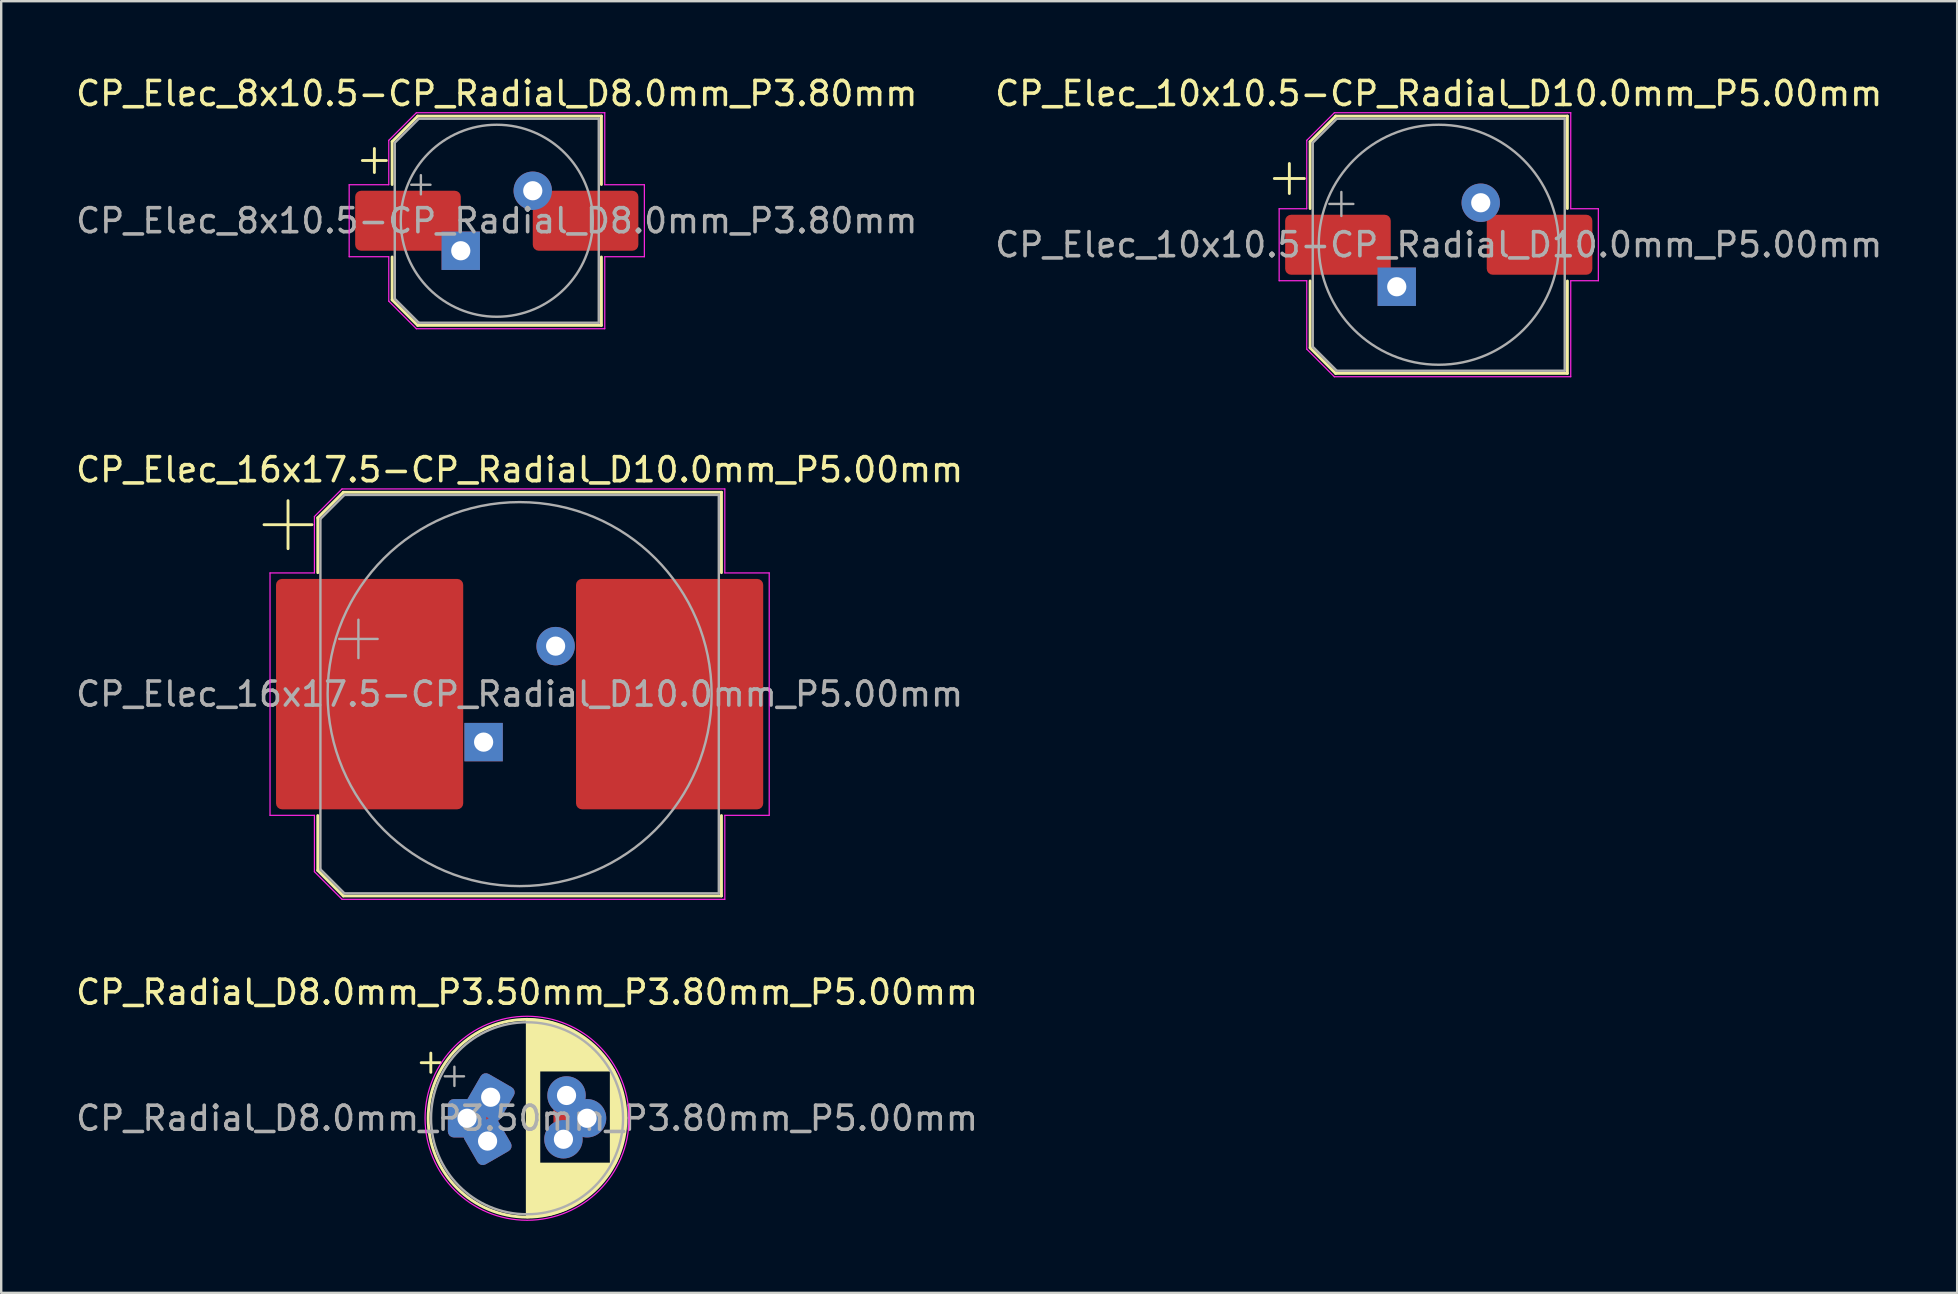
<source format=kicad_pcb>
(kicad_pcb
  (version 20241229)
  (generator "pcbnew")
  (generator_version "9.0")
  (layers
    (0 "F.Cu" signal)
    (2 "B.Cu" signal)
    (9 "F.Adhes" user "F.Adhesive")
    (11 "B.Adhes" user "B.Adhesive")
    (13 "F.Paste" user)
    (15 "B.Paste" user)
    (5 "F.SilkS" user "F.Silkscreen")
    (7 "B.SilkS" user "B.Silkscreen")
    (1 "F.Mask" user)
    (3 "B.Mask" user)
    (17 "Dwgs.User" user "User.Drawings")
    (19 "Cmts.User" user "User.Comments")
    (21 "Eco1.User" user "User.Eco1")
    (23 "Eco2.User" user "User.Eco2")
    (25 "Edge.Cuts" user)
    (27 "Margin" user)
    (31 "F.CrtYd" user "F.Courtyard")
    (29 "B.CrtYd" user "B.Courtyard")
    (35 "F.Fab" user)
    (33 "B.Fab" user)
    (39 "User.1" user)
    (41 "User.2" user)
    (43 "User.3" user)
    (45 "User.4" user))
  (footprint "CP_Elec_16x17.5-CP_Radial_D10.0mm_P5.00mm"
    (layer "F.Cu")
    (at 18.601 25.872)
    (property "Reference" "CP_Elec_16x17.5-CP_Radial_D10.0mm_P5.00mm" (at 0 -9.35 0) (layer "F.SilkS") (effects (font (size 1 1) (thickness 0.15))))
    (attr through_hole)
    (fp_line (start -10.65 -7.06) (end -8.65 -7.06) (stroke (width 0.12) (type solid)) (layer "F.SilkS"))
    (fp_line (start -9.65 -8.06) (end -9.65 -6.06) (stroke (width 0.12) (type solid)) (layer "F.SilkS"))
    (fp_line (start -8.41 -7.346) (end -8.41 -5.06) (stroke (width 0.12) (type solid)) (layer "F.SilkS"))
    (fp_line (start -8.41 -7.346) (end -7.346 -8.41) (stroke (width 0.12) (type solid)) (layer "F.SilkS"))
    (fp_line (start -8.41 7.346) (end -8.41 5.06) (stroke (width 0.12) (type solid)) (layer "F.SilkS"))
    (fp_line (start -8.41 7.346) (end -7.346 8.41) (stroke (width 0.12) (type solid)) (layer "F.SilkS"))
    (fp_line (start -7.346 -8.41) (end 8.41 -8.41) (stroke (width 0.12) (type solid)) (layer "F.SilkS"))
    (fp_line (start -7.346 8.41) (end 8.41 8.41) (stroke (width 0.12) (type solid)) (layer "F.SilkS"))
    (fp_line (start 8.41 -8.41) (end 8.41 -5.06) (stroke (width 0.12) (type solid)) (layer "F.SilkS"))
    (fp_line (start 8.41 8.41) (end 8.41 5.06) (stroke (width 0.12) (type solid)) (layer "F.SilkS"))
    (fp_line (start -10.4 -5.05) (end -10.4 5.05) (stroke (width 0.05) (type solid)) (layer "F.CrtYd"))
    (fp_line (start -10.4 5.05) (end -8.55 5.05) (stroke (width 0.05) (type solid)) (layer "F.CrtYd"))
    (fp_line (start -8.55 -7.4) (end -8.55 -5.05) (stroke (width 0.05) (type solid)) (layer "F.CrtYd"))
    (fp_line (start -8.55 -7.4) (end -7.4 -8.55) (stroke (width 0.05) (type solid)) (layer "F.CrtYd"))
    (fp_line (start -8.55 -5.05) (end -10.4 -5.05) (stroke (width 0.05) (type solid)) (layer "F.CrtYd"))
    (fp_line (start -8.55 5.05) (end -8.55 7.4) (stroke (width 0.05) (type solid)) (layer "F.CrtYd"))
    (fp_line (start -8.55 7.4) (end -7.4 8.55) (stroke (width 0.05) (type solid)) (layer "F.CrtYd"))
    (fp_line (start -7.4 -8.55) (end 8.55 -8.55) (stroke (width 0.05) (type solid)) (layer "F.CrtYd"))
    (fp_line (start -7.4 8.55) (end 8.55 8.55) (stroke (width 0.05) (type solid)) (layer "F.CrtYd"))
    (fp_line (start 8.55 -8.55) (end 8.55 -5.05) (stroke (width 0.05) (type solid)) (layer "F.CrtYd"))
    (fp_line (start 8.55 -5.05) (end 10.4 -5.05) (stroke (width 0.05) (type solid)) (layer "F.CrtYd"))
    (fp_line (start 8.55 5.05) (end 8.55 8.55) (stroke (width 0.05) (type solid)) (layer "F.CrtYd"))
    (fp_line (start 10.4 -5.05) (end 10.4 5.05) (stroke (width 0.05) (type solid)) (layer "F.CrtYd"))
    (fp_line (start 10.4 5.05) (end 8.55 5.05) (stroke (width 0.05) (type solid)) (layer "F.CrtYd"))
    (fp_line (start -8.3 -7.3) (end -8.3 7.3) (stroke (width 0.1) (type solid)) (layer "F.Fab"))
    (fp_line (start -8.3 -7.3) (end -7.3 -8.3) (stroke (width 0.1) (type solid)) (layer "F.Fab"))
    (fp_line (start -8.3 7.3) (end -7.3 8.3) (stroke (width 0.1) (type solid)) (layer "F.Fab"))
    (fp_line (start -7.517 -2.3) (end -5.917 -2.3) (stroke (width 0.1) (type solid)) (layer "F.Fab"))
    (fp_line (start -7.3 -8.3) (end 8.3 -8.3) (stroke (width 0.1) (type solid)) (layer "F.Fab"))
    (fp_line (start -7.3 8.3) (end 8.3 8.3) (stroke (width 0.1) (type solid)) (layer "F.Fab"))
    (fp_line (start -6.717 -3.1) (end -6.717 -1.5) (stroke (width 0.1) (type solid)) (layer "F.Fab"))
    (fp_line (start 8.3 -8.3) (end 8.3 8.3) (stroke (width 0.1) (type solid)) (layer "F.Fab"))
    (fp_circle (center 0 0) (end 8 0) (stroke (width 0.1) (type solid)) (fill no) (layer "F.Fab"))
    (fp_text user "${REFERENCE}" (at 0 0 0) (layer "F.Fab") (effects (font (size 1 1) (thickness 0.15))))
    (pad "1" smd roundrect (at -6.25 0) (size 7.8 9.6) (layers "F.Cu" "F.Mask" "F.Paste") (roundrect_rratio 0.032))
    (pad "1" thru_hole rect (at -1.5 2) (size 1.6 1.6) (drill 0.8) (layers "*.Cu" "*.Mask"))
    (pad "2" thru_hole circle (at 1.5 -2) (size 1.6 1.6) (drill 0.8) (layers "*.Cu" "*.Mask"))
    (pad "2" smd roundrect (at 6.25 0) (size 7.8 9.6) (layers "F.Cu" "F.Mask" "F.Paste") (roundrect_rratio 0.032)))
  (footprint "CP_Elec_10x10.5-CP_Radial_D10.0mm_P5.00mm"
    (layer "F.Cu")
    (at 56.899 7.148)
    (property "Reference" "CP_Elec_10x10.5-CP_Radial_D10.0mm_P5.00mm" (at 0 -6.3 0) (layer "F.SilkS") (effects (font (size 1 1) (thickness 0.15))))
    (attr through_hole)
    (fp_line (start -6.85 -2.76) (end -5.6 -2.76) (stroke (width 0.12) (type solid)) (layer "F.SilkS"))
    (fp_line (start -6.225 -3.385) (end -6.225 -2.135) (stroke (width 0.12) (type solid)) (layer "F.SilkS"))
    (fp_line (start -5.36 -4.296) (end -5.36 -1.51) (stroke (width 0.12) (type solid)) (layer "F.SilkS"))
    (fp_line (start -5.36 -4.296) (end -4.296 -5.36) (stroke (width 0.12) (type solid)) (layer "F.SilkS"))
    (fp_line (start -5.36 4.296) (end -5.36 1.51) (stroke (width 0.12) (type solid)) (layer "F.SilkS"))
    (fp_line (start -5.36 4.296) (end -4.296 5.36) (stroke (width 0.12) (type solid)) (layer "F.SilkS"))
    (fp_line (start -4.296 -5.36) (end 5.36 -5.36) (stroke (width 0.12) (type solid)) (layer "F.SilkS"))
    (fp_line (start -4.296 5.36) (end 5.36 5.36) (stroke (width 0.12) (type solid)) (layer "F.SilkS"))
    (fp_line (start 5.36 -5.36) (end 5.36 -1.51) (stroke (width 0.12) (type solid)) (layer "F.SilkS"))
    (fp_line (start 5.36 5.36) (end 5.36 1.51) (stroke (width 0.12) (type solid)) (layer "F.SilkS"))
    (fp_line (start -6.65 -1.5) (end -6.65 1.5) (stroke (width 0.05) (type solid)) (layer "F.CrtYd"))
    (fp_line (start -6.65 1.5) (end -5.5 1.5) (stroke (width 0.05) (type solid)) (layer "F.CrtYd"))
    (fp_line (start -5.5 -4.35) (end -5.5 -1.5) (stroke (width 0.05) (type solid)) (layer "F.CrtYd"))
    (fp_line (start -5.5 -4.35) (end -4.35 -5.5) (stroke (width 0.05) (type solid)) (layer "F.CrtYd"))
    (fp_line (start -5.5 -1.5) (end -6.65 -1.5) (stroke (width 0.05) (type solid)) (layer "F.CrtYd"))
    (fp_line (start -5.5 1.5) (end -5.5 4.35) (stroke (width 0.05) (type solid)) (layer "F.CrtYd"))
    (fp_line (start -5.5 4.35) (end -4.35 5.5) (stroke (width 0.05) (type solid)) (layer "F.CrtYd"))
    (fp_line (start -4.35 -5.5) (end 5.5 -5.5) (stroke (width 0.05) (type solid)) (layer "F.CrtYd"))
    (fp_line (start -4.35 5.5) (end 5.5 5.5) (stroke (width 0.05) (type solid)) (layer "F.CrtYd"))
    (fp_line (start 5.5 -5.5) (end 5.5 -1.5) (stroke (width 0.05) (type solid)) (layer "F.CrtYd"))
    (fp_line (start 5.5 -1.5) (end 6.65 -1.5) (stroke (width 0.05) (type solid)) (layer "F.CrtYd"))
    (fp_line (start 5.5 1.5) (end 5.5 5.5) (stroke (width 0.05) (type solid)) (layer "F.CrtYd"))
    (fp_line (start 6.65 -1.5) (end 6.65 1.5) (stroke (width 0.05) (type solid)) (layer "F.CrtYd"))
    (fp_line (start 6.65 1.5) (end 5.5 1.5) (stroke (width 0.05) (type solid)) (layer "F.CrtYd"))
    (fp_line (start -5.25 -4.25) (end -5.25 4.25) (stroke (width 0.1) (type solid)) (layer "F.Fab"))
    (fp_line (start -5.25 -4.25) (end -4.25 -5.25) (stroke (width 0.1) (type solid)) (layer "F.Fab"))
    (fp_line (start -5.25 4.25) (end -4.25 5.25) (stroke (width 0.1) (type solid)) (layer "F.Fab"))
    (fp_line (start -4.558 -1.7) (end -3.558 -1.7) (stroke (width 0.1) (type solid)) (layer "F.Fab"))
    (fp_line (start -4.25 -5.25) (end 5.25 -5.25) (stroke (width 0.1) (type solid)) (layer "F.Fab"))
    (fp_line (start -4.25 5.25) (end 5.25 5.25) (stroke (width 0.1) (type solid)) (layer "F.Fab"))
    (fp_line (start -4.058 -2.2) (end -4.058 -1.2) (stroke (width 0.1) (type solid)) (layer "F.Fab"))
    (fp_line (start 5.25 -5.25) (end 5.25 5.25) (stroke (width 0.1) (type solid)) (layer "F.Fab"))
    (fp_circle (center 0 0) (end 5 0) (stroke (width 0.1) (type solid)) (fill no) (layer "F.Fab"))
    (fp_text user "${REFERENCE}" (at 0 0 0) (layer "F.Fab") (effects (font (size 1 1) (thickness 0.15))))
    (pad "1" smd roundrect (at -4.2 0) (size 4.4 2.5) (layers "F.Cu" "F.Mask" "F.Paste") (roundrect_rratio 0.1))
    (pad "1" thru_hole rect (at -1.75 1.75) (size 1.6 1.6) (drill 0.8) (layers "*.Cu" "*.Mask"))
    (pad "2" thru_hole circle (at 1.75 -1.75) (size 1.6 1.6) (drill 0.8) (layers "*.Cu" "*.Mask"))
    (pad "2" smd roundrect (at 4.2 0) (size 4.4 2.5) (layers "F.Cu" "F.Mask" "F.Paste") (roundrect_rratio 0.1)))
  (footprint "CP_Elec_8x10.5-CP_Radial_D8.0mm_P3.80mm"
    (layer "F.Cu")
    (at 17.649 6.148)
    (property "Reference" "CP_Elec_8x10.5-CP_Radial_D8.0mm_P3.80mm" (at 0 -5.3 0) (layer "F.SilkS") (effects (font (size 1 1) (thickness 0.15))))
    (attr through_hole)
    (fp_line (start -5.6 -2.51) (end -4.6 -2.51) (stroke (width 0.12) (type solid)) (layer "F.SilkS"))
    (fp_line (start -5.1 -3.01) (end -5.1 -2.01) (stroke (width 0.12) (type solid)) (layer "F.SilkS"))
    (fp_line (start -4.36 -3.296) (end -4.36 -1.51) (stroke (width 0.12) (type solid)) (layer "F.SilkS"))
    (fp_line (start -4.36 -3.296) (end -3.296 -4.36) (stroke (width 0.12) (type solid)) (layer "F.SilkS"))
    (fp_line (start -4.36 3.296) (end -4.36 1.51) (stroke (width 0.12) (type solid)) (layer "F.SilkS"))
    (fp_line (start -4.36 3.296) (end -3.296 4.36) (stroke (width 0.12) (type solid)) (layer "F.SilkS"))
    (fp_line (start -3.296 -4.36) (end 4.36 -4.36) (stroke (width 0.12) (type solid)) (layer "F.SilkS"))
    (fp_line (start -3.296 4.36) (end 4.36 4.36) (stroke (width 0.12) (type solid)) (layer "F.SilkS"))
    (fp_line (start 4.36 -4.36) (end 4.36 -1.51) (stroke (width 0.12) (type solid)) (layer "F.SilkS"))
    (fp_line (start 4.36 4.36) (end 4.36 1.51) (stroke (width 0.12) (type solid)) (layer "F.SilkS"))
    (fp_line (start -6.15 -1.5) (end -6.15 1.5) (stroke (width 0.05) (type solid)) (layer "F.CrtYd"))
    (fp_line (start -6.15 1.5) (end -4.5 1.5) (stroke (width 0.05) (type solid)) (layer "F.CrtYd"))
    (fp_line (start -4.5 -3.35) (end -4.5 -1.5) (stroke (width 0.05) (type solid)) (layer "F.CrtYd"))
    (fp_line (start -4.5 -3.35) (end -3.35 -4.5) (stroke (width 0.05) (type solid)) (layer "F.CrtYd"))
    (fp_line (start -4.5 -1.5) (end -6.15 -1.5) (stroke (width 0.05) (type solid)) (layer "F.CrtYd"))
    (fp_line (start -4.5 1.5) (end -4.5 3.35) (stroke (width 0.05) (type solid)) (layer "F.CrtYd"))
    (fp_line (start -4.5 3.35) (end -3.35 4.5) (stroke (width 0.05) (type solid)) (layer "F.CrtYd"))
    (fp_line (start -3.35 -4.5) (end 4.5 -4.5) (stroke (width 0.05) (type solid)) (layer "F.CrtYd"))
    (fp_line (start -3.35 4.5) (end 4.5 4.5) (stroke (width 0.05) (type solid)) (layer "F.CrtYd"))
    (fp_line (start 4.5 -4.5) (end 4.5 -1.5) (stroke (width 0.05) (type solid)) (layer "F.CrtYd"))
    (fp_line (start 4.5 -1.5) (end 6.15 -1.5) (stroke (width 0.05) (type solid)) (layer "F.CrtYd"))
    (fp_line (start 4.5 1.5) (end 4.5 4.5) (stroke (width 0.05) (type solid)) (layer "F.CrtYd"))
    (fp_line (start 6.15 -1.5) (end 6.15 1.5) (stroke (width 0.05) (type solid)) (layer "F.CrtYd"))
    (fp_line (start 6.15 1.5) (end 4.5 1.5) (stroke (width 0.05) (type solid)) (layer "F.CrtYd"))
    (fp_line (start -4.25 -3.25) (end -4.25 3.25) (stroke (width 0.1) (type solid)) (layer "F.Fab"))
    (fp_line (start -4.25 -3.25) (end -3.25 -4.25) (stroke (width 0.1) (type solid)) (layer "F.Fab"))
    (fp_line (start -4.25 3.25) (end -3.25 4.25) (stroke (width 0.1) (type solid)) (layer "F.Fab"))
    (fp_line (start -3.562 -1.5) (end -2.762 -1.5) (stroke (width 0.1) (type solid)) (layer "F.Fab"))
    (fp_line (start -3.25 -4.25) (end 4.25 -4.25) (stroke (width 0.1) (type solid)) (layer "F.Fab"))
    (fp_line (start -3.25 4.25) (end 4.25 4.25) (stroke (width 0.1) (type solid)) (layer "F.Fab"))
    (fp_line (start -3.162 -1.9) (end -3.162 -1.1) (stroke (width 0.1) (type solid)) (layer "F.Fab"))
    (fp_line (start 4.25 -4.25) (end 4.25 4.25) (stroke (width 0.1) (type solid)) (layer "F.Fab"))
    (fp_circle (center 0 0) (end 4 0) (stroke (width 0.1) (type solid)) (fill no) (layer "F.Fab"))
    (fp_text user "${REFERENCE}" (at 0 0 0) (layer "F.Fab") (effects (font (size 1 1) (thickness 0.15))))
    (pad "1" smd roundrect (at -3.7 0) (size 4.4 2.5) (layers "F.Cu" "F.Mask" "F.Paste") (roundrect_rratio 0.1))
    (pad "1" thru_hole rect (at -1.5 1.25) (size 1.6 1.6) (drill 0.8) (layers "*.Cu" "*.Mask"))
    (pad "2" thru_hole circle (at 1.5 -1.25) (size 1.6 1.6) (drill 0.8) (layers "*.Cu" "*.Mask"))
    (pad "2" smd roundrect (at 3.7 0) (size 4.4 2.5) (layers "F.Cu" "F.Mask" "F.Paste") (roundrect_rratio 0.1)))
  (footprint "CP_Radial_D8.0mm_P3.50mm_P3.80mm_P5.00mm"
    (layer "F.Cu")
    (at 16.411 43.545)
    (property "Reference" "CP_Radial_D8.0mm_P3.50mm_P3.80mm_P5.00mm" (at 2.5 -5.25 0) (layer "F.SilkS") (effects (font (size 1 1) (thickness 0.15))))
    (attr through_hole)
    (fp_rect (start 0.6 -0.143) (end 1.1 0.2) (stroke (width 0.2) (type solid)) (fill yes) (layer "F.Cu"))
    (fp_rect (start 3.7 -0.4) (end 4.4 0.3) (stroke (width 0.2) (type solid)) (fill yes) (layer "F.Cu"))
    (fp_line (start -1.91 -2.315) (end -1.11 -2.315) (stroke (width 0.12) (type solid)) (layer "F.SilkS"))
    (fp_line (start -1.51 -2.715) (end -1.51 -1.915) (stroke (width 0.12) (type solid)) (layer "F.SilkS"))
    (fp_circle (center 2.5 0) (end 6.62 0) (stroke (width 0.12) (type solid)) (fill no) (layer "F.SilkS"))
    (fp_poly (pts (xy 6.1 -2) (xy 6.3 -1.5) (xy 6.5 -0.7) (xy 6.62 0) (xy 6.5 0.9) (xy 6.3 1.6) (xy 6.156 1.9) (xy 6 1.9) (xy 6 -2)) (stroke (width 0.1) (type solid)) (fill yes) (layer "F.SilkS"))
    (fp_poly (pts (xy 2.5 -4.12) (xy 2.5 4.12) (xy 3.5 4) (xy 4.1 3.8) (xy 4.8 3.4) (xy 5.337 2.971) (xy 5.9 2.312) (xy 6.1 1.9) (xy 3 1.9) (xy 3 -2) (xy 6.1 -2) (xy 5.8 -2.4) (xy 5.3 -3) (xy 4.3 -3.7) (xy 3.5 -4) (xy 2.8 -4.1)) (stroke (width 0.1) (type solid)) (fill yes) (layer "F.SilkS"))
    (fp_circle (center 2.5 0) (end 6.75 0) (stroke (width 0.05) (type solid)) (fill no) (layer "F.CrtYd"))
    (fp_line (start -0.927 -1.748) (end -0.127 -1.748) (stroke (width 0.1) (type solid)) (layer "F.Fab"))
    (fp_line (start -0.527 -2.147) (end -0.527 -1.347) (stroke (width 0.1) (type solid)) (layer "F.Fab"))
    (fp_circle (center 2.5 0) (end 6.5 0) (stroke (width 0.1) (type solid)) (fill no) (layer "F.Fab"))
    (fp_text user "${REFERENCE}" (at 2.5 0 0) (layer "F.Fab") (effects (font (size 1 1) (thickness 0.15))))
    (pad "1" thru_hole roundrect (at 0 0) (size 1.6 1.6) (drill 0.8) (layers "*.Cu" "*.Mask") (roundrect_rratio 0.156))
    (pad "1" thru_hole roundrect (at 0.855 0.95 30) (size 1.6 1.6) (drill 0.8) (layers "*.Cu" "*.Mask") (roundrect_rratio 0.156))
    (pad "1" thru_hole roundrect (at 0.984 -0.875 330) (size 1.6 1.6) (drill 0.8) (layers "*.Cu" "*.Mask") (roundrect_rratio 0.156))
    (pad "2" thru_hole circle (at 4.016 0.875 330) (size 1.6 1.6) (drill 0.8) (layers "*.Cu" "*.Mask"))
    (pad "2" thru_hole circle (at 4.145 -0.95 30) (size 1.6 1.6) (drill 0.8) (layers "*.Cu" "*.Mask"))
    (pad "2" thru_hole circle (at 5 0) (size 1.6 1.6) (drill 0.8) (layers "*.Cu" "*.Mask")))
  (gr_rect
    (start -3 -3)
    (end 78.5 50.82)
    (stroke (width 0.1) (type default))
    (fill no)
    (layer "Edge.Cuts")))
</source>
